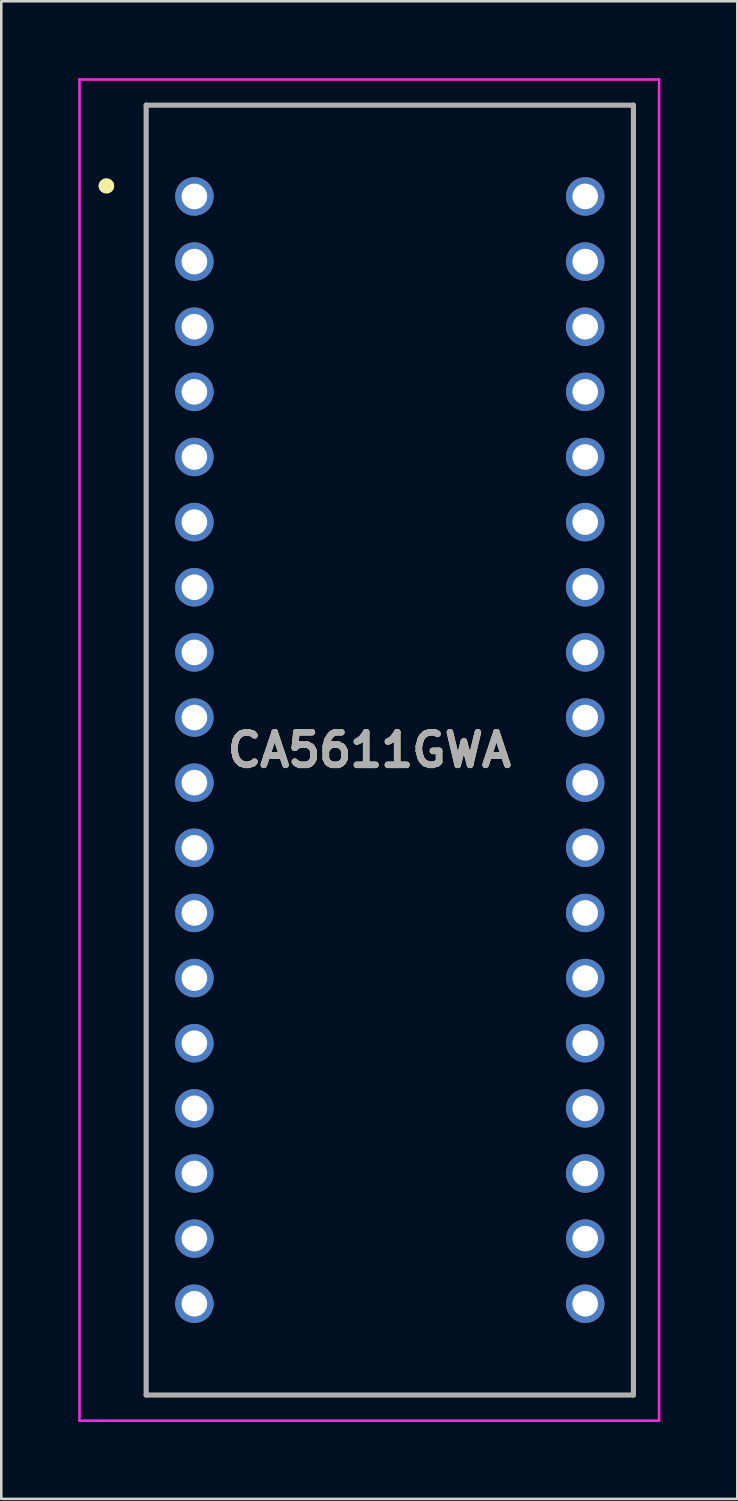
<source format=kicad_pcb>
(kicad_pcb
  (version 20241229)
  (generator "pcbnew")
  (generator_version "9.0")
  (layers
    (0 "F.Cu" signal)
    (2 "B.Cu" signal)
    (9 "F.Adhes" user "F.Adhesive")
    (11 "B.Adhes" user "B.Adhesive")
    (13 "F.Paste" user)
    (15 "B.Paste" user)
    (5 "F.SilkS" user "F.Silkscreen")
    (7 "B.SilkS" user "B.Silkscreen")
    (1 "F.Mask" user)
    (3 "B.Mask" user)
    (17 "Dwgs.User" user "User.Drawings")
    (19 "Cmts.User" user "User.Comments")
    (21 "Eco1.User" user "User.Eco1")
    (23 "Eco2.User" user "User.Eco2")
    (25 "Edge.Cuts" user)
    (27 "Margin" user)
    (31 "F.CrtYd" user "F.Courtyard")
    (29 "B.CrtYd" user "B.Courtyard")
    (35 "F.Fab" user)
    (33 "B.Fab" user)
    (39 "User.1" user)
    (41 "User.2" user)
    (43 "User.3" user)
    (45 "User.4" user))
  (footprint "CA5611GWA"
    (layer "F.Cu")
    (at 4.53 4.61)
    (property "Reference" "CA5611GWA" (at 6.82 21.59 0) (layer "F.SilkS") (effects (font (size 1.27 1.27) (thickness 0.254))))
    (attr through_hole)
    (fp_line (start -3.48 -0.41) (end -3.48 -0.41) (stroke (width 0.5) (type solid)) (layer "F.SilkS"))
    (fp_line (start -3.38 -0.41) (end -3.38 -0.41) (stroke (width 0.5) (type solid)) (layer "F.SilkS"))
    (fp_line (start -1.88 -3.56) (end 17.12 -3.56) (stroke (width 0.1) (type solid)) (layer "F.SilkS"))
    (fp_line (start -1.88 46.74) (end -1.88 -3.56) (stroke (width 0.1) (type solid)) (layer "F.SilkS"))
    (fp_line (start 17.12 -3.56) (end 17.12 46.74) (stroke (width 0.1) (type solid)) (layer "F.SilkS"))
    (fp_line (start 17.12 46.74) (end -1.88 46.74) (stroke (width 0.1) (type solid)) (layer "F.SilkS"))
    (fp_arc (start -3.48 -0.41) (mid -3.43 -0.46) (end -3.38 -0.41) (stroke (width 0.5) (type solid)) (layer "F.SilkS"))
    (fp_arc (start -3.38 -0.41) (mid -3.43 -0.36) (end -3.48 -0.41) (stroke (width 0.5) (type solid)) (layer "F.SilkS"))
    (fp_line (start -4.48 -4.56) (end 18.12 -4.56) (stroke (width 0.1) (type solid)) (layer "F.CrtYd"))
    (fp_line (start -4.48 47.74) (end -4.48 -4.56) (stroke (width 0.1) (type solid)) (layer "F.CrtYd"))
    (fp_line (start 18.12 -4.56) (end 18.12 47.74) (stroke (width 0.1) (type solid)) (layer "F.CrtYd"))
    (fp_line (start 18.12 47.74) (end -4.48 47.74) (stroke (width 0.1) (type solid)) (layer "F.CrtYd"))
    (fp_line (start -1.88 -3.56) (end 17.12 -3.56) (stroke (width 0.2) (type solid)) (layer "F.Fab"))
    (fp_line (start -1.88 46.74) (end -1.88 -3.56) (stroke (width 0.2) (type solid)) (layer "F.Fab"))
    (fp_line (start 17.12 -3.56) (end 17.12 46.74) (stroke (width 0.2) (type solid)) (layer "F.Fab"))
    (fp_line (start 17.12 46.74) (end -1.88 46.74) (stroke (width 0.2) (type solid)) (layer "F.Fab"))
    (fp_text user "${REFERENCE}" (at 6.82 21.59 0) (layer "F.Fab") (effects (font (size 1.27 1.27) (thickness 0.254))))
    (pad "1" thru_hole circle (at 0 0) (size 1.5 1.5) (drill 1) (layers "*.Cu" "*.Mask"))
    (pad "2" thru_hole circle (at 0 2.54) (size 1.5 1.5) (drill 1) (layers "*.Cu" "*.Mask"))
    (pad "3" thru_hole circle (at 0 5.08) (size 1.5 1.5) (drill 1) (layers "*.Cu" "*.Mask"))
    (pad "4" thru_hole circle (at 0 7.62) (size 1.5 1.5) (drill 1) (layers "*.Cu" "*.Mask"))
    (pad "5" thru_hole circle (at 0 10.16) (size 1.5 1.5) (drill 1) (layers "*.Cu" "*.Mask"))
    (pad "6" thru_hole circle (at 0 12.7) (size 1.5 1.5) (drill 1) (layers "*.Cu" "*.Mask"))
    (pad "7" thru_hole circle (at 0 15.24) (size 1.5 1.5) (drill 1) (layers "*.Cu" "*.Mask"))
    (pad "8" thru_hole circle (at 0 17.78) (size 1.5 1.5) (drill 1) (layers "*.Cu" "*.Mask"))
    (pad "9" thru_hole circle (at 0 20.32) (size 1.5 1.5) (drill 1) (layers "*.Cu" "*.Mask"))
    (pad "10" thru_hole circle (at 0 22.86) (size 1.5 1.5) (drill 1) (layers "*.Cu" "*.Mask"))
    (pad "11" thru_hole circle (at 0 25.4) (size 1.5 1.5) (drill 1) (layers "*.Cu" "*.Mask"))
    (pad "12" thru_hole circle (at 0 27.94) (size 1.5 1.5) (drill 1) (layers "*.Cu" "*.Mask"))
    (pad "13" thru_hole circle (at 0 30.48) (size 1.5 1.5) (drill 1) (layers "*.Cu" "*.Mask"))
    (pad "14" thru_hole circle (at 0 33.02) (size 1.5 1.5) (drill 1) (layers "*.Cu" "*.Mask"))
    (pad "15" thru_hole circle (at 0 35.56) (size 1.5 1.5) (drill 1) (layers "*.Cu" "*.Mask"))
    (pad "16" thru_hole circle (at 0 38.1) (size 1.5 1.5) (drill 1) (layers "*.Cu" "*.Mask"))
    (pad "17" thru_hole circle (at 0 40.64) (size 1.5 1.5) (drill 1) (layers "*.Cu" "*.Mask"))
    (pad "18" thru_hole circle (at 0 43.18) (size 1.5 1.5) (drill 1) (layers "*.Cu" "*.Mask"))
    (pad "19" thru_hole circle (at 15.24 43.18) (size 1.5 1.5) (drill 1) (layers "*.Cu" "*.Mask"))
    (pad "20" thru_hole circle (at 15.24 40.64) (size 1.5 1.5) (drill 1) (layers "*.Cu" "*.Mask"))
    (pad "21" thru_hole circle (at 15.24 38.1) (size 1.5 1.5) (drill 1) (layers "*.Cu" "*.Mask"))
    (pad "22" thru_hole circle (at 15.24 35.56) (size 1.5 1.5) (drill 1) (layers "*.Cu" "*.Mask"))
    (pad "23" thru_hole circle (at 15.24 33.02) (size 1.5 1.5) (drill 1) (layers "*.Cu" "*.Mask"))
    (pad "24" thru_hole circle (at 15.24 30.48) (size 1.5 1.5) (drill 1) (layers "*.Cu" "*.Mask"))
    (pad "25" thru_hole circle (at 15.24 27.94) (size 1.5 1.5) (drill 1) (layers "*.Cu" "*.Mask"))
    (pad "26" thru_hole circle (at 15.24 25.4) (size 1.5 1.5) (drill 1) (layers "*.Cu" "*.Mask"))
    (pad "27" thru_hole circle (at 15.24 22.86) (size 1.5 1.5) (drill 1) (layers "*.Cu" "*.Mask"))
    (pad "28" thru_hole circle (at 15.24 20.32) (size 1.5 1.5) (drill 1) (layers "*.Cu" "*.Mask"))
    (pad "29" thru_hole circle (at 15.24 17.78) (size 1.5 1.5) (drill 1) (layers "*.Cu" "*.Mask"))
    (pad "30" thru_hole circle (at 15.24 15.24) (size 1.5 1.5) (drill 1) (layers "*.Cu" "*.Mask"))
    (pad "31" thru_hole circle (at 15.24 12.7) (size 1.5 1.5) (drill 1) (layers "*.Cu" "*.Mask"))
    (pad "32" thru_hole circle (at 15.24 10.16) (size 1.5 1.5) (drill 1) (layers "*.Cu" "*.Mask"))
    (pad "33" thru_hole circle (at 15.24 7.62) (size 1.5 1.5) (drill 1) (layers "*.Cu" "*.Mask"))
    (pad "34" thru_hole circle (at 15.24 5.08) (size 1.5 1.5) (drill 1) (layers "*.Cu" "*.Mask"))
    (pad "35" thru_hole circle (at 15.24 2.54) (size 1.5 1.5) (drill 1) (layers "*.Cu" "*.Mask"))
    (pad "36" thru_hole circle (at 15.24 0) (size 1.5 1.5) (drill 1) (layers "*.Cu" "*.Mask")))
  (gr_rect
    (start -3 -3)
    (end 25.7 55.4)
    (stroke (width 0.1) (type default))
    (fill no)
    (layer "Edge.Cuts")))
</source>
